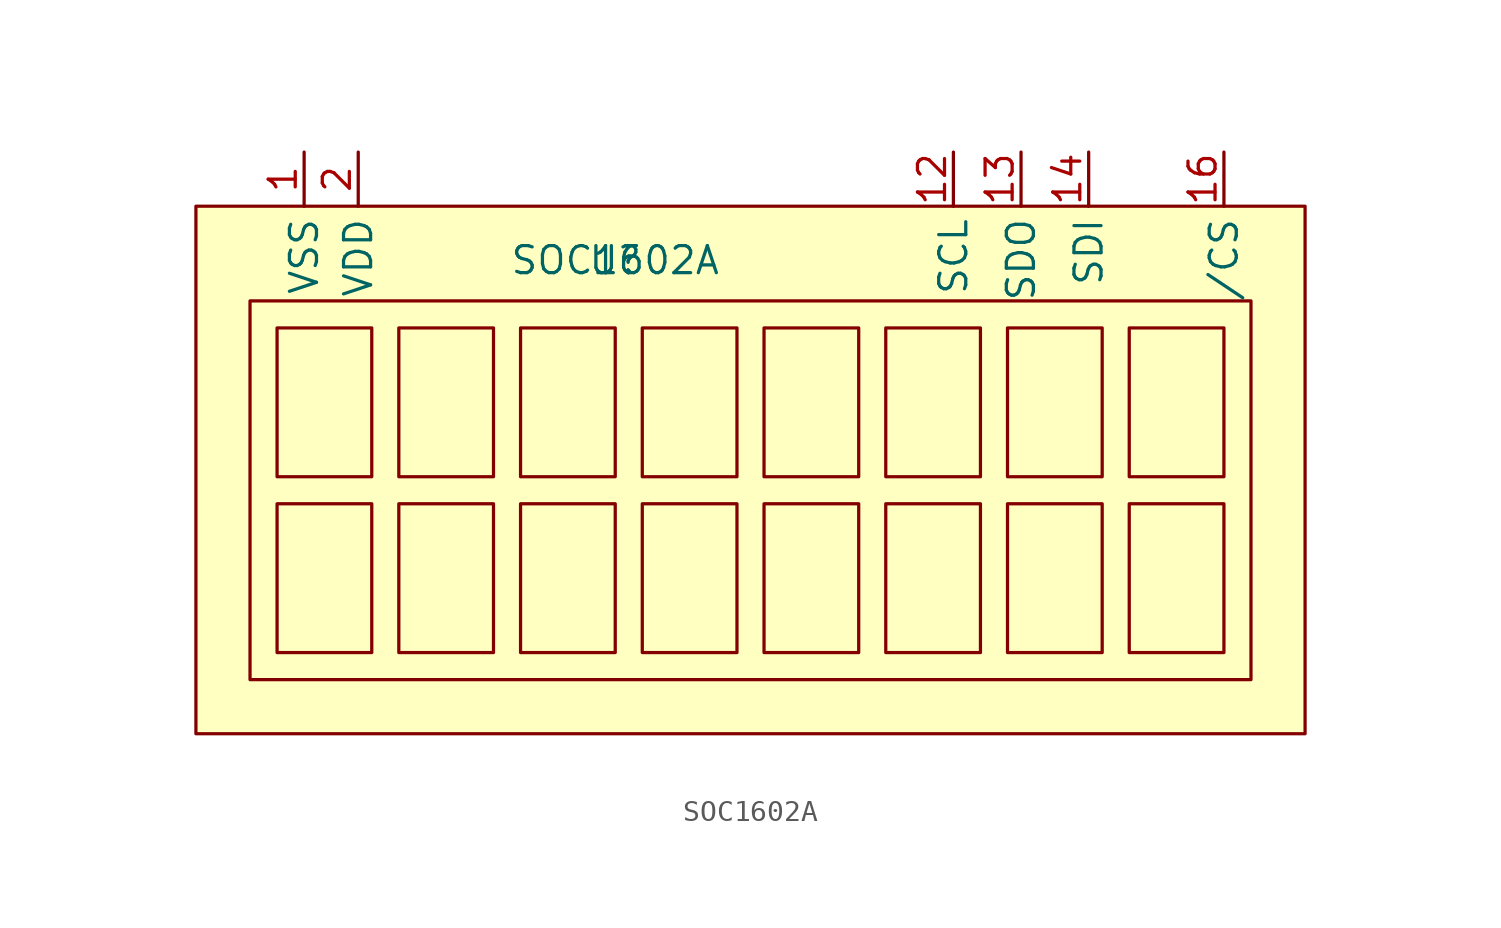
<source format=kicad_sym>
(kicad_symbol_lib
  (version 20211014)
  (generator kicad_symbol_editor)
  (symbol "SOC1602A"
    (property "Reference" "U"
      (at -6.985 6.35 0)
      (effects (font (size 1.27 1.27))))
    (property "Value" "SOC1602A"
      (at -6.985 6.35 0)
      (effects (font (size 1.27 1.27))))
    (symbol "SOC1602A_0_1"
      (rectangle (start -26.67 8.89) (end 25.4 -15.875) (stroke (width 0) (type default) (color 0 0 0 0)) (fill (type background)))
      (rectangle (start -24.13 4.445) (end 22.86 -13.335) (stroke (width 0) (type default) (color 0 0 0 0)) (fill (type none)))
      (rectangle (start -22.86 -5.08) (end -18.415 -12.065) (stroke (width 0) (type default) (color 0 0 0 0)) (fill (type none)))
      (rectangle (start -22.86 3.175) (end -18.415 -3.81) (stroke (width 0) (type default) (color 0 0 0 0)) (fill (type none)))
      (rectangle (start -17.145 -5.08) (end -12.7 -12.065) (stroke (width 0) (type default) (color 0 0 0 0)) (fill (type none)))
      (rectangle (start -17.145 3.175) (end -12.7 -3.81) (stroke (width 0) (type default) (color 0 0 0 0)) (fill (type none)))
      (rectangle (start -11.43 -5.08) (end -6.985 -12.065) (stroke (width 0) (type default) (color 0 0 0 0)) (fill (type none)))
      (rectangle (start -11.43 3.175) (end -6.985 -3.81) (stroke (width 0) (type default) (color 0 0 0 0)) (fill (type none)))
      (rectangle (start -5.715 -5.08) (end -1.27 -12.065) (stroke (width 0) (type default) (color 0 0 0 0)) (fill (type none)))
      (rectangle (start -5.715 3.175) (end -1.27 -3.81) (stroke (width 0) (type default) (color 0 0 0 0)) (fill (type none)))
      (rectangle (start 0 -5.08) (end 4.445 -12.065) (stroke (width 0) (type default) (color 0 0 0 0)) (fill (type none)))
      (rectangle (start 0 3.175) (end 4.445 -3.81) (stroke (width 0) (type default) (color 0 0 0 0)) (fill (type none)))
      (rectangle (start 5.715 -5.08) (end 10.16 -12.065) (stroke (width 0) (type default) (color 0 0 0 0)) (fill (type none)))
      (rectangle (start 5.715 3.175) (end 10.16 -3.81) (stroke (width 0) (type default) (color 0 0 0 0)) (fill (type none)))
      (rectangle (start 11.43 -5.08) (end 15.875 -12.065) (stroke (width 0) (type default) (color 0 0 0 0)) (fill (type none)))
      (rectangle (start 11.43 3.175) (end 15.875 -3.81) (stroke (width 0) (type default) (color 0 0 0 0)) (fill (type none)))
      (rectangle (start 17.145 -5.08) (end 21.59 -12.065) (stroke (width 0) (type default) (color 0 0 0 0)) (fill (type none)))
      (rectangle (start 17.145 3.175) (end 21.59 -3.81) (stroke (width 0) (type default) (color 0 0 0 0)) (fill (type none))))
    (symbol "SOC1602A_1_1"
      (pin power_in line (at -21.59 11.43 270) (length 2.54) (name "VSS" (effects (font (size 1.27 1.27)))) (number "1" (effects (font (size 1.27 1.27)))))
      (pin input line (at 8.89 11.43 270) (length 2.54) (name "SCL" (effects (font (size 1.27 1.27)))) (number "12" (effects (font (size 1.27 1.27)))))
      (pin output line (at 12.065 11.43 270) (length 2.54) (name "SDO" (effects (font (size 1.27 1.27)))) (number "13" (effects (font (size 1.27 1.27)))))
      (pin input line (at 15.24 11.43 270) (length 2.54) (name "SDI" (effects (font (size 1.27 1.27)))) (number "14" (effects (font (size 1.27 1.27)))))
      (pin input line (at 21.59 11.43 270) (length 2.54) (name "/CS" (effects (font (size 1.27 1.27)))) (number "16" (effects (font (size 1.27 1.27)))))
      (pin power_in line (at -19.05 11.43 270) (length 2.54) (name "VDD" (effects (font (size 1.27 1.27)))) (number "2" (effects (font (size 1.27 1.27))))))))
</source>
